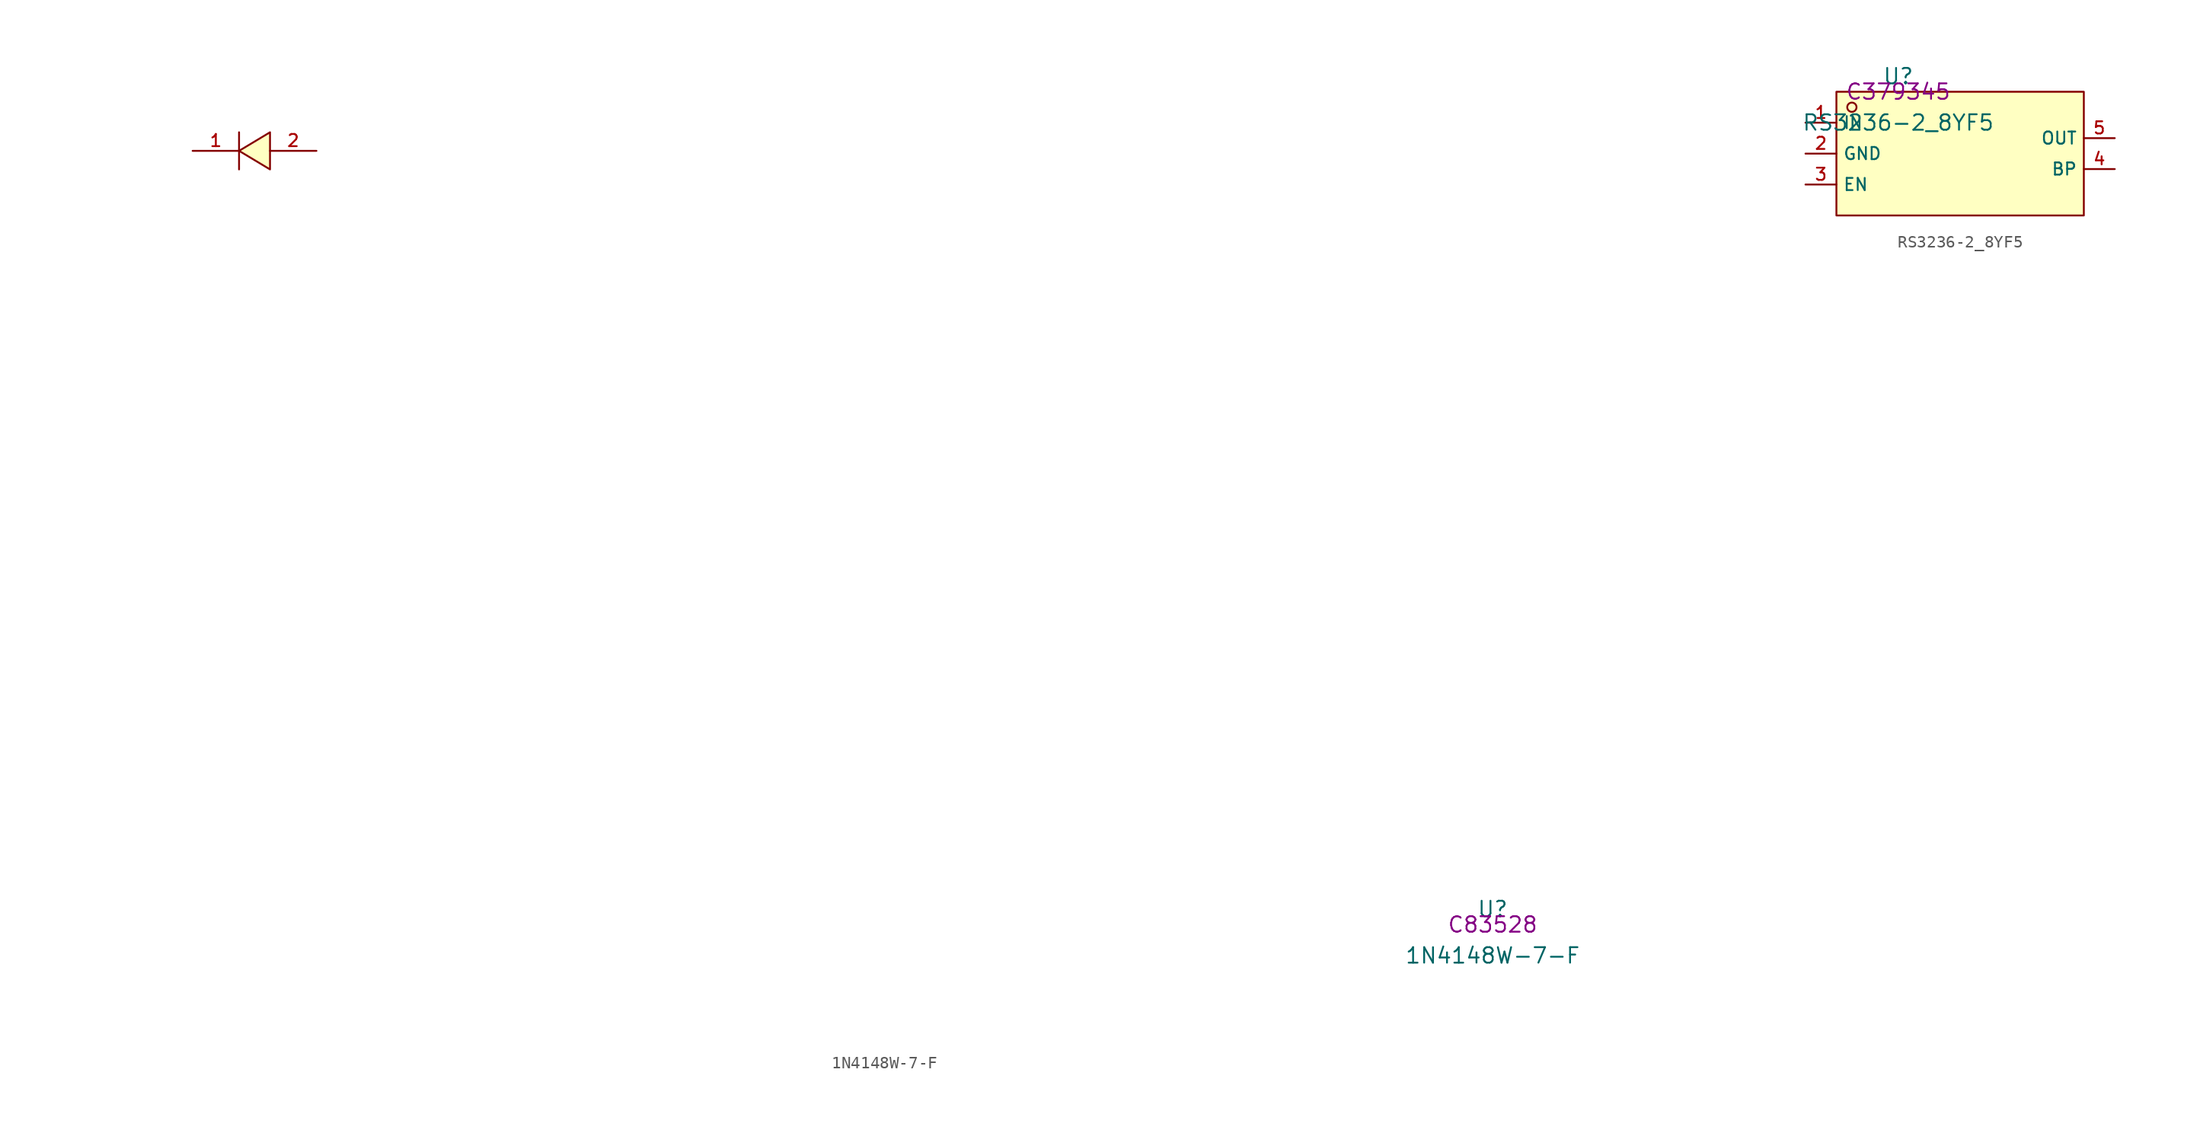
<source format=kicad_sym>
(kicad_symbol_lib
  (version 20210201)
  (generator TousstNicolas/JLC2KiCad_lib)
  (symbol "1N4148W-7-F"
    (pin_names hide)
    (property "Reference" "U"
      (at 0 1.27 0)
      (effects (font (size 1.27 1.27))))
    (property "Value" "1N4148W-7-F"
      (at 0 -2.54 0)
      (effects (font (size 1.27 1.27))))
    (property "LCSC" "C83528"
      (at 0 0 0)
      (effects (font (size 1.27 1.27))))
    (symbol "1N4148W-7-F_0_0"
      (polyline (pts (xy -102.87 61.976) (xy -102.87 65.024)) (stroke (width 0) (type default) (color 0 0 0 0)) (fill (type none)))
      (pin unspecified line (at -96.52 63.5 180) (length 3.81) (name "A" (effects (font (size 1 1)))) (number "2" (effects (font (size 1 1)))))
      (pin unspecified line (at -106.68 63.5 0) (length 3.81) (name "C" (effects (font (size 1 1)))) (number "1" (effects (font (size 1 1)))))
      (polyline (pts (xy -100.33 65.024) (xy -102.87 63.5) (xy -100.33 61.976) (xy -100.33 65.024)) (stroke (width 0) (type default) (color 0 0 0 0)) (fill (type background)))))
  (symbol "RS3236-2_8YF5"
    (property "Reference" "U"
      (at 0 1.27 0)
      (effects (font (size 1.27 1.27))))
    (property "Value" "RS3236-2_8YF5"
      (at 0 -2.54 0)
      (effects (font (size 1.27 1.27))))
    (property "LCSC" "C379345"
      (at 0 0 0)
      (effects (font (size 1.27 1.27))))
    (symbol "RS3236-2_8YF5_0_0"
      (rectangle (start -5.08 0.0) (end 15.24 -10.16) (stroke (width 0) (type default) (color 0 0 0 0)) (fill (type background)))
      (circle (center -3.81 -1.27) (radius 0.381) (stroke (width 0) (type default) (color 0 0 0 0)) (fill (type background)))
      (pin unspecified line (at -7.62 -2.54 0) (length 2.54) (name "IN" (effects (font (size 1 1)))) (number "1" (effects (font (size 1 1)))))
      (pin unspecified line (at -7.62 -5.08 0) (length 2.54) (name "GND" (effects (font (size 1 1)))) (number "2" (effects (font (size 1 1)))))
      (pin unspecified line (at -7.62 -7.62 0) (length 2.54) (name "EN" (effects (font (size 1 1)))) (number "3" (effects (font (size 1 1)))))
      (pin unspecified line (at 17.78 -6.35 180) (length 2.54) (name "BP" (effects (font (size 1 1)))) (number "4" (effects (font (size 1 1)))))
      (pin unspecified line (at 17.78 -3.81 180) (length 2.54) (name "OUT" (effects (font (size 1 1)))) (number "5" (effects (font (size 1 1))))))))
</source>
